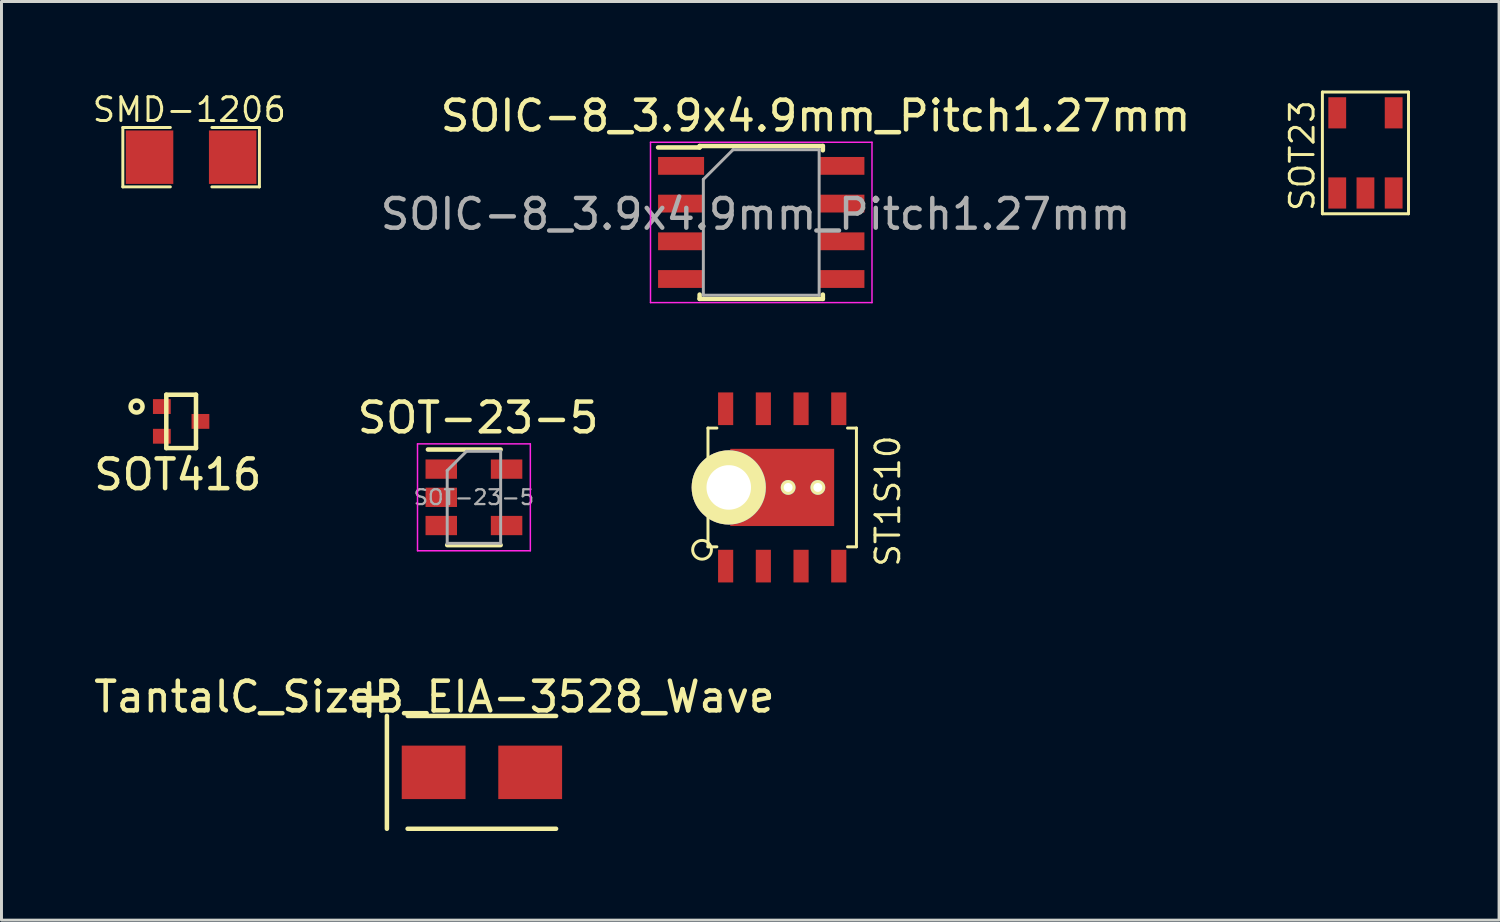
<source format=kicad_pcb>
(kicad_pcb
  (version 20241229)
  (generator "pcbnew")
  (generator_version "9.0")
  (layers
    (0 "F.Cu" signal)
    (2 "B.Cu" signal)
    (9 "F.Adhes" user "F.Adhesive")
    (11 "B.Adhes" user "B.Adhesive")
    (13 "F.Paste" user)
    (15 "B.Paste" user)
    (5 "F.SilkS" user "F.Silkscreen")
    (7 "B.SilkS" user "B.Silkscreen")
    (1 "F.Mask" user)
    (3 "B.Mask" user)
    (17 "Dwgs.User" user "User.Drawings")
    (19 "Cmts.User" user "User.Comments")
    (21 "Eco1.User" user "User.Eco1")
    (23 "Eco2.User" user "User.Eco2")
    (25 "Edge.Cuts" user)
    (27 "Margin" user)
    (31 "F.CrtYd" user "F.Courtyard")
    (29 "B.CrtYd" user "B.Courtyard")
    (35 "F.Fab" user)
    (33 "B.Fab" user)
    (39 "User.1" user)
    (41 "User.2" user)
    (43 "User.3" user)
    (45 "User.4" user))
  (footprint "SOT23"
    (layer "F.Cu")
    (at 41.989 3.45)
    (property "Reference" "SOT23" (at -1.179 -1.257 90) (layer "F.SilkS") (effects (font (size 0.8 0.8) (thickness 0.1))))
    (attr through_hole)
    (fp_line (start -0.5 -3.4) (end -0.5 0.7) (stroke (width 0.1) (type solid)) (layer "F.SilkS"))
    (fp_line (start -0.5 0.7) (end 2.4 0.7) (stroke (width 0.1) (type solid)) (layer "F.SilkS"))
    (fp_line (start 2.4 -3.4) (end -0.5 -3.4) (stroke (width 0.1) (type solid)) (layer "F.SilkS"))
    (fp_line (start 2.4 0.7) (end 2.4 -3.4) (stroke (width 0.1) (type solid)) (layer "F.SilkS"))
    (pad "1" smd rect (at 0 0) (size 0.6 1.05) (layers "F.Cu" "F.Mask" "F.Paste"))
    (pad "2" smd rect (at 0.95 0) (size 0.6 1.05) (layers "F.Cu" "F.Mask" "F.Paste"))
    (pad "3" smd rect (at 1.9 0) (size 0.6 1.05) (layers "F.Cu" "F.Mask" "F.Paste"))
    (pad "4" smd rect (at 1.9 -2.7) (size 0.6 1.05) (layers "F.Cu" "F.Mask" "F.Paste"))
    (pad "5" smd rect (at 0 -2.7) (size 0.6 1.05) (layers "F.Cu" "F.Mask" "F.Paste")))
  (footprint "SOT-23-5"
    (layer "F.Cu")
    (at 12.912 13.7)
    (property "Reference" "SOT-23-5" (at 0.14 -2.68 0) (layer "F.SilkS") (effects (font (size 1 1) (thickness 0.152))))
    (attr smd)
    (fp_line (start -0.9 1.61) (end 0.9 1.61) (stroke (width 0.152) (type solid)) (layer "F.SilkS"))
    (fp_line (start 0.9 -1.61) (end -1.55 -1.61) (stroke (width 0.152) (type solid)) (layer "F.SilkS"))
    (fp_line (start -1.9 -1.8) (end 1.9 -1.8) (stroke (width 0.05) (type solid)) (layer "F.CrtYd"))
    (fp_line (start -1.9 1.8) (end -1.9 -1.8) (stroke (width 0.05) (type solid)) (layer "F.CrtYd"))
    (fp_line (start 1.9 -1.8) (end 1.9 1.8) (stroke (width 0.05) (type solid)) (layer "F.CrtYd"))
    (fp_line (start 1.9 1.8) (end -1.9 1.8) (stroke (width 0.05) (type solid)) (layer "F.CrtYd"))
    (fp_line (start -0.9 -0.9) (end -0.9 1.55) (stroke (width 0.1) (type solid)) (layer "F.Fab"))
    (fp_line (start -0.9 -0.9) (end -0.25 -1.55) (stroke (width 0.1) (type solid)) (layer "F.Fab"))
    (fp_line (start 0.9 -1.55) (end -0.25 -1.55) (stroke (width 0.1) (type solid)) (layer "F.Fab"))
    (fp_line (start 0.9 -1.55) (end 0.9 1.55) (stroke (width 0.1) (type solid)) (layer "F.Fab"))
    (fp_line (start 0.9 1.55) (end -0.9 1.55) (stroke (width 0.1) (type solid)) (layer "F.Fab"))
    (fp_text user "${REFERENCE}" (at 0 0 0) (layer "F.Fab") (effects (font (size 0.5 0.5) (thickness 0.075))))
    (pad "1" smd rect (at -1.1 -0.95) (size 1.06 0.65) (layers "F.Cu" "F.Mask" "F.Paste"))
    (pad "2" smd rect (at -1.1 0) (size 1.06 0.65) (layers "F.Cu" "F.Mask" "F.Paste"))
    (pad "3" smd rect (at -1.1 0.95) (size 1.06 0.65) (layers "F.Cu" "F.Mask" "F.Paste"))
    (pad "4" smd rect (at 1.1 0.95) (size 1.06 0.65) (layers "F.Cu" "F.Mask" "F.Paste"))
    (pad "5" smd rect (at 1.1 -0.95) (size 1.06 0.65) (layers "F.Cu" "F.Mask" "F.Paste")))
  (footprint "SOT416"
    (layer "F.Cu")
    (at 3.051 11.143)
    (property "Reference" "SOT416" (at -0.112 1.792 0) (layer "F.SilkS") (effects (font (size 1 1) (thickness 0.152))))
    (attr through_hole)
    (fp_line (start -0.5 -0.899) (end 0.5 -0.899) (stroke (width 0.152) (type solid)) (layer "F.SilkS"))
    (fp_line (start -0.5 0.899) (end -0.5 -0.899) (stroke (width 0.152) (type solid)) (layer "F.SilkS"))
    (fp_line (start 0.5 -0.899) (end 0.5 0.899) (stroke (width 0.152) (type solid)) (layer "F.SilkS"))
    (fp_line (start 0.5 0.899) (end -0.5 0.899) (stroke (width 0.152) (type solid)) (layer "F.SilkS"))
    (fp_circle (center -1.501 -0.5) (end -1.501 -0.701) (stroke (width 0.152) (type solid)) (fill no) (layer "F.SilkS"))
    (pad "1" smd rect (at -0.65 -0.5 270) (size 0.5 0.599) (layers "F.Cu" "F.Mask" "F.Paste"))
    (pad "2" smd rect (at -0.65 0.5 270) (size 0.5 0.599) (layers "F.Cu" "F.Mask" "F.Paste"))
    (pad "3" smd rect (at 0.65 0 270) (size 0.5 0.599) (layers "F.Cu" "F.Mask" "F.Paste")))
  (footprint "TantalC_SizeB_EIA-3528_Wave"
    (layer "F.Cu")
    (at 13.181 22.963)
    (property "Reference" "TantalC_SizeB_EIA-3528_Wave" (at -1.6 -2.543 0) (layer "F.SilkS") (effects (font (size 1 1) (thickness 0.152))))
    (attr smd)
    (fp_line (start -4.402 -2.502) (end -3.203 -2.502) (stroke (width 0.152) (type solid)) (layer "F.SilkS"))
    (fp_line (start -3.802 -3.002) (end -3.802 -1.902) (stroke (width 0.152) (type solid)) (layer "F.SilkS"))
    (fp_line (start -3.2 -1.9) (end -3.2 1.9) (stroke (width 0.152) (type solid)) (layer "F.SilkS"))
    (fp_line (start 2.497 1.9) (end -2.502 1.9) (stroke (width 0.152) (type solid)) (layer "F.SilkS"))
    (fp_line (start 2.499 -1.9) (end -2.499 -1.9) (stroke (width 0.152) (type solid)) (layer "F.SilkS"))
    (fp_text user "+" (at -3.8 -2.499 0) (layer "F.SilkS") (effects (font (size 1 1) (thickness 0.15))))
    (pad "1" smd rect (at -1.626 0) (size 2.149 1.801) (layers "F.Cu" "F.Mask" "F.Paste"))
    (pad "2" smd rect (at 1.626 0) (size 2.149 1.801) (layers "F.Cu" "F.Mask" "F.Paste")))
  (footprint "ST1S10"
    (layer "F.Cu")
    (at 23.295 13.367)
    (property "Reference" "ST1S10" (at 3.56 0.46 90) (layer "F.SilkS") (effects (font (size 0.8 0.8) (thickness 0.1))))
    (attr through_hole)
    (fp_line (start -2.5 -2) (end -2.5 2) (stroke (width 0.1) (type solid)) (layer "F.SilkS"))
    (fp_line (start -2.5 2) (end -2.2 2) (stroke (width 0.1) (type solid)) (layer "F.SilkS"))
    (fp_line (start -2.2 -2) (end -2.5 -2) (stroke (width 0.1) (type solid)) (layer "F.SilkS"))
    (fp_line (start 2.2 2) (end 2.5 2) (stroke (width 0.1) (type solid)) (layer "F.SilkS"))
    (fp_line (start 2.5 -2) (end 2.2 -2) (stroke (width 0.1) (type solid)) (layer "F.SilkS"))
    (fp_line (start 2.5 2) (end 2.5 -2) (stroke (width 0.1) (type solid)) (layer "F.SilkS"))
    (fp_circle (center -2.7 2.1) (end -2.8 1.8) (stroke (width 0.1) (type solid)) (fill no) (layer "F.SilkS"))
    (pad "1" smd rect (at -1.905 2.65) (size 0.51 1.1) (layers "F.Cu" "F.Mask" "F.Paste"))
    (pad "2" smd rect (at -0.635 2.65) (size 0.51 1.1) (layers "F.Cu" "F.Mask" "F.Paste"))
    (pad "3" smd rect (at 0.635 2.65) (size 0.51 1.1) (layers "F.Cu" "F.Mask" "F.Paste"))
    (pad "4" smd rect (at 1.905 2.65) (size 0.51 1.1) (layers "F.Cu" "F.Mask" "F.Paste"))
    (pad "5" smd rect (at 1.905 -2.65) (size 0.51 1.1) (layers "F.Cu" "F.Mask" "F.Paste"))
    (pad "6" smd rect (at 0.635 -2.65) (size 0.51 1.1) (layers "F.Cu" "F.Mask" "F.Paste"))
    (pad "7" smd rect (at -0.635 -2.65) (size 0.51 1.1) (layers "F.Cu" "F.Mask" "F.Paste"))
    (pad "8" smd rect (at -1.905 -2.65) (size 0.51 1.1) (layers "F.Cu" "F.Mask" "F.Paste"))
    (pad "9" thru_hole circle (at -1.8 0) (size 2.5 2.5) (drill 1.5) (layers "*.Cu" "*.Mask" "F.SilkS"))
    (pad "9" smd rect (at 0 0) (size 3.5 2.6) (layers "F.Cu" "F.Mask" "F.Paste"))
    (pad "9" thru_hole circle (at 0.2 0) (size 0.5 0.5) (drill 0.3) (layers "*.Cu" "*.Mask" "F.SilkS"))
    (pad "9" thru_hole circle (at 1.2 0) (size 0.5 0.5) (drill 0.3) (layers "*.Cu" "*.Mask" "F.SilkS")))
  (footprint "SMD-1206"
    (layer "F.Cu")
    (at 3.387 2.244)
    (property "Reference" "SMD-1206" (at -0.06 -1.6 0) (layer "F.SilkS") (effects (font (size 0.8 0.8) (thickness 0.1))))
    (attr smd)
    (fp_line (start -2.3 -1) (end -2.3 1) (stroke (width 0.1) (type solid)) (layer "F.SilkS"))
    (fp_line (start -2.3 1) (end -0.7 1) (stroke (width 0.1) (type solid)) (layer "F.SilkS"))
    (fp_line (start -0.7 -1) (end -2.3 -1) (stroke (width 0.1) (type solid)) (layer "F.SilkS"))
    (fp_line (start 0.7 1) (end 2.3 1) (stroke (width 0.1) (type solid)) (layer "F.SilkS"))
    (fp_line (start 2.3 -1) (end 0.7 -1) (stroke (width 0.1) (type solid)) (layer "F.SilkS"))
    (fp_line (start 2.3 1) (end 2.3 -1) (stroke (width 0.1) (type solid)) (layer "F.SilkS"))
    (pad "1" smd rect (at -1.4 0) (size 1.6 1.8) (layers "F.Cu" "F.Mask" "F.Paste"))
    (pad "2" smd rect (at 1.4 0) (size 1.6 1.8) (layers "F.Cu" "F.Mask" "F.Paste")))
  (footprint "SOIC-8_3.9x4.9mm_Pitch1.27mm"
    (layer "F.Cu")
    (at 22.589 4.442)
    (property "Reference" "SOIC-8_3.9x4.9mm_Pitch1.27mm" (at 1.83 -3.59 0) (layer "F.SilkS") (effects (font (size 1 1) (thickness 0.152))))
    (attr smd)
    (fp_line (start -2.075 -2.575) (end -2.075 -2.525) (stroke (width 0.15) (type solid)) (layer "F.SilkS"))
    (fp_line (start -2.075 -2.575) (end 2.075 -2.575) (stroke (width 0.152) (type solid)) (layer "F.SilkS"))
    (fp_line (start -2.075 -2.525) (end -3.475 -2.525) (stroke (width 0.152) (type solid)) (layer "F.SilkS"))
    (fp_line (start -2.075 2.575) (end -2.075 2.43) (stroke (width 0.152) (type solid)) (layer "F.SilkS"))
    (fp_line (start -2.075 2.575) (end 2.075 2.575) (stroke (width 0.152) (type solid)) (layer "F.SilkS"))
    (fp_line (start 2.075 -2.575) (end 2.075 -2.43) (stroke (width 0.152) (type solid)) (layer "F.SilkS"))
    (fp_line (start 2.075 2.575) (end 2.075 2.43) (stroke (width 0.152) (type solid)) (layer "F.SilkS"))
    (fp_line (start -3.73 -2.7) (end -3.73 2.7) (stroke (width 0.05) (type solid)) (layer "F.CrtYd"))
    (fp_line (start -3.73 -2.7) (end 3.73 -2.7) (stroke (width 0.05) (type solid)) (layer "F.CrtYd"))
    (fp_line (start -3.73 2.7) (end 3.73 2.7) (stroke (width 0.05) (type solid)) (layer "F.CrtYd"))
    (fp_line (start 3.73 -2.7) (end 3.73 2.7) (stroke (width 0.05) (type solid)) (layer "F.CrtYd"))
    (fp_line (start -1.95 -1.45) (end -0.95 -2.45) (stroke (width 0.1) (type solid)) (layer "F.Fab"))
    (fp_line (start -1.95 2.45) (end -1.95 -1.45) (stroke (width 0.1) (type solid)) (layer "F.Fab"))
    (fp_line (start -0.95 -2.45) (end 1.95 -2.45) (stroke (width 0.1) (type solid)) (layer "F.Fab"))
    (fp_line (start 1.95 -2.45) (end 1.95 2.45) (stroke (width 0.1) (type solid)) (layer "F.Fab"))
    (fp_line (start 1.95 2.45) (end -1.95 2.45) (stroke (width 0.1) (type solid)) (layer "F.Fab"))
    (fp_text user "${REFERENCE}" (at -0.191 -0.279 0) (layer "F.Fab") (effects (font (size 1 1) (thickness 0.15))))
    (pad "1" smd rect (at -2.7 -1.905) (size 1.55 0.6) (layers "F.Cu" "F.Mask" "F.Paste"))
    (pad "2" smd rect (at -2.7 -0.635) (size 1.55 0.6) (layers "F.Cu" "F.Mask" "F.Paste"))
    (pad "3" smd rect (at -2.7 0.635) (size 1.55 0.6) (layers "F.Cu" "F.Mask" "F.Paste"))
    (pad "4" smd rect (at -2.7 1.905) (size 1.55 0.6) (layers "F.Cu" "F.Mask" "F.Paste"))
    (pad "5" smd rect (at 2.7 1.905) (size 1.55 0.6) (layers "F.Cu" "F.Mask" "F.Paste"))
    (pad "6" smd rect (at 2.7 0.635) (size 1.55 0.6) (layers "F.Cu" "F.Mask" "F.Paste"))
    (pad "7" smd rect (at 2.7 -0.635) (size 1.55 0.6) (layers "F.Cu" "F.Mask" "F.Paste"))
    (pad "8" smd rect (at 2.7 -1.905) (size 1.55 0.6) (layers "F.Cu" "F.Mask" "F.Paste")))
  (gr_rect
    (start -3 -3)
    (end 47.439 27.94)
    (stroke (width 0.1) (type default))
    (fill no)
    (layer "Edge.Cuts")))
</source>
